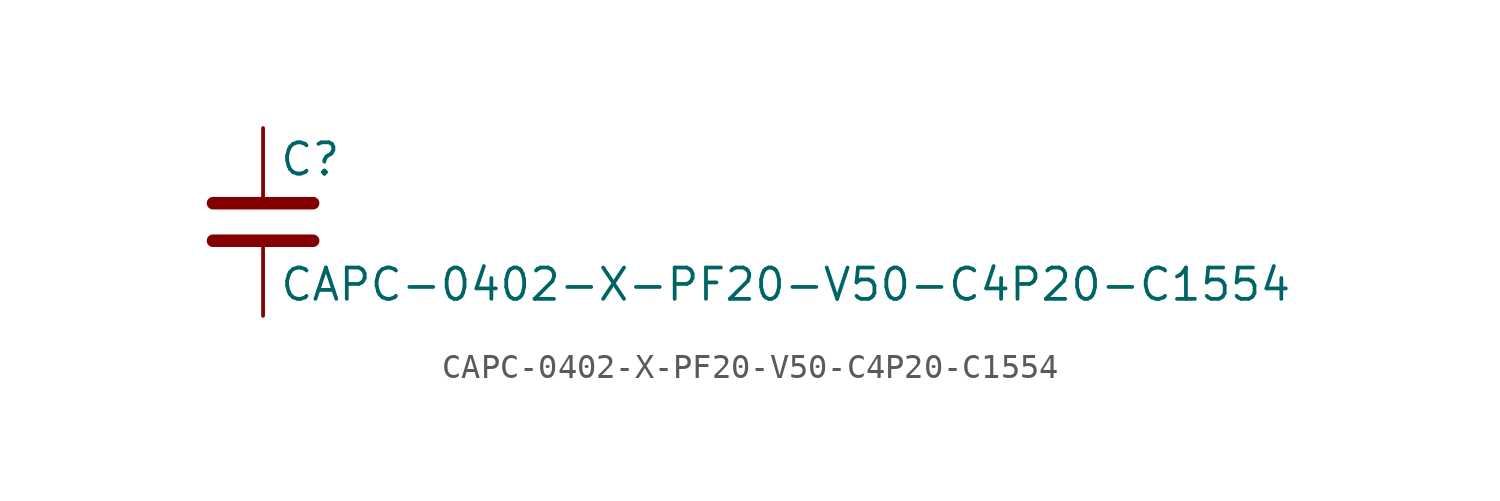
<source format=kicad_sym>
(kicad_symbol_lib
  (version 20211014)
  (generator kicad_symbol_editor)
  (symbol "CAPC-0402-X-PF20-V50-C4P20-C1554"
    (pin_numbers hide)
    (pin_names
      (offset 0.254))
    (property "Reference" "C"
      (at 0.635 2.54 0)
      (effects (font (size 1.27 1.27)) (justify left)))
    (property "Value" "CAPC-0402-X-PF20-V50-C4P20-C1554"
      (at 0.635 -2.54 0)
      (effects (font (size 1.27 1.27)) (justify left)))
    (symbol "CAPC-0402-X-PF20-V50-C4P20-C1554_0_1"
      (polyline (pts (xy -2.032 -0.762) (xy 2.032 -0.762)) (stroke (width 0.508) (type default) (color 0 0 0 0)) (fill (type none)))
      (polyline (pts (xy -2.032 0.762) (xy 2.032 0.762)) (stroke (width 0.508) (type default) (color 0 0 0 0)) (fill (type none))))
    (symbol "CAPC-0402-X-PF20-V50-C4P20-C1554_1_1"
      (pin passive line (at 0 3.81 270) (length 2.794) (name "~" (effects (font (size 1.27 1.27)))) (number "1" (effects (font (size 1.27 1.27)))))
      (pin passive line (at 0 -3.81 90) (length 2.794) (name "~" (effects (font (size 1.27 1.27)))) (number "2" (effects (font (size 1.27 1.27))))))))
</source>
